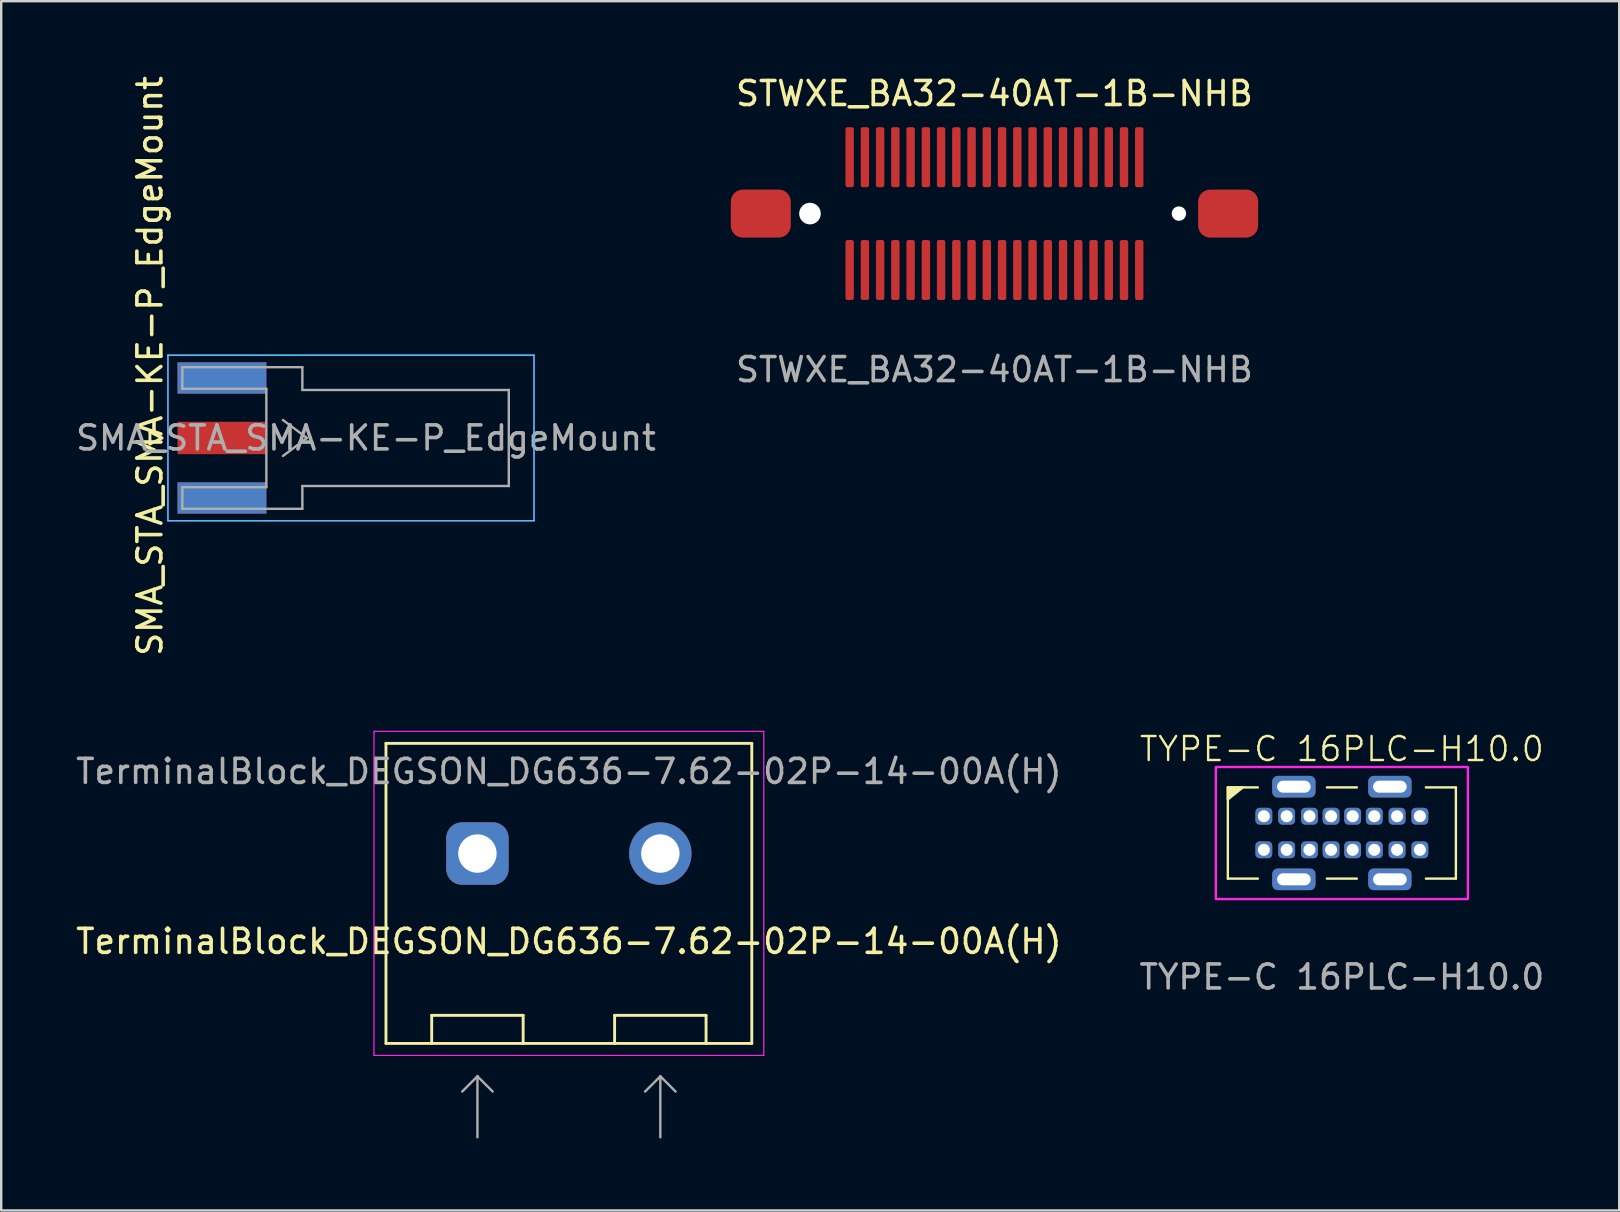
<source format=kicad_pcb>
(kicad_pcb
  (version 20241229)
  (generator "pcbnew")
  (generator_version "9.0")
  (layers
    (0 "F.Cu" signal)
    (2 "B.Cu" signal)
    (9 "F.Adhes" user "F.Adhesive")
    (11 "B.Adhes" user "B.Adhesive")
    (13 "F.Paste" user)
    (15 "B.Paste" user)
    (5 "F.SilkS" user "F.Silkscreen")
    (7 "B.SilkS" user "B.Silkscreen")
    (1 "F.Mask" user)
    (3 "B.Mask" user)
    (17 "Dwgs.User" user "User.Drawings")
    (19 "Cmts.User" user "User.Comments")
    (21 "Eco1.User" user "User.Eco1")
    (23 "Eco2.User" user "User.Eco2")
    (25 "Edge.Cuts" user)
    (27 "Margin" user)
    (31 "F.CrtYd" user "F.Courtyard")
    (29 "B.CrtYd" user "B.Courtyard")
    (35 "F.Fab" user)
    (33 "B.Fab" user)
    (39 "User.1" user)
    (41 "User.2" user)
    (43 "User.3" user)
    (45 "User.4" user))
  (footprint "SMA_STA_SMA-KE-P_EdgeMount"
    (layer "F.Cu")
    (at 6.196 15.196)
    (property "Reference" "SMA_STA_SMA-KE-P_EdgeMount" (at -3 -3 90) (layer "F.SilkS") (effects (font (size 1 1) (thickness 0.15))))
    (attr smd)
    (fp_line (start -3 -0.25) (end -3 0.25) (stroke (width 0.12) (type solid)) (layer "F.SilkS"))
    (fp_line (start -3 0.25) (end -2.5 0) (stroke (width 0.12) (type solid)) (layer "F.SilkS"))
    (fp_line (start -2.5 0) (end -3 -0.25) (stroke (width 0.12) (type solid)) (layer "F.SilkS"))
    (fp_line (start -2.25 3.45) (end -2.25 -3.45) (stroke (width 0.05) (type solid)) (layer "B.CrtYd"))
    (fp_line (start 13 -3.45) (end -2.25 -3.45) (stroke (width 0.05) (type solid)) (layer "B.CrtYd"))
    (fp_line (start 13 -3.45) (end 13 3.45) (stroke (width 0.05) (type solid)) (layer "B.CrtYd"))
    (fp_line (start 13 3.45) (end -2.25 3.45) (stroke (width 0.05) (type solid)) (layer "B.CrtYd"))
    (fp_line (start -2.25 3.45) (end -2.25 -3.45) (stroke (width 0.05) (type solid)) (layer "F.CrtYd"))
    (fp_line (start 13 -3.45) (end -2.25 -3.45) (stroke (width 0.05) (type solid)) (layer "F.CrtYd"))
    (fp_line (start 13 -3.45) (end 13 3.45) (stroke (width 0.05) (type solid)) (layer "F.CrtYd"))
    (fp_line (start 13 3.45) (end -2.25 3.45) (stroke (width 0.05) (type solid)) (layer "F.CrtYd"))
    (fp_line (start -1.65 -2.95) (end -1.65 -2.05) (stroke (width 0.1) (type solid)) (layer "F.Fab"))
    (fp_line (start -1.65 -2.95) (end 3.35 -2.95) (stroke (width 0.1) (type solid)) (layer "F.Fab"))
    (fp_line (start -1.65 -2.05) (end 1.85 -2.05) (stroke (width 0.1) (type solid)) (layer "F.Fab"))
    (fp_line (start -1.65 2.05) (end -1.65 2.95) (stroke (width 0.1) (type solid)) (layer "F.Fab"))
    (fp_line (start -1.65 2.95) (end 3.35 2.95) (stroke (width 0.1) (type solid)) (layer "F.Fab"))
    (fp_line (start 1.85 -2.05) (end 1.85 2.05) (stroke (width 0.1) (type solid)) (layer "F.Fab"))
    (fp_line (start 1.85 2.05) (end -1.65 2.05) (stroke (width 0.1) (type solid)) (layer "F.Fab"))
    (fp_line (start 2.54 -0.75) (end 3.54 0) (stroke (width 0.1) (type solid)) (layer "F.Fab"))
    (fp_line (start 3.35 -2) (end 3.35 -2.95) (stroke (width 0.1) (type solid)) (layer "F.Fab"))
    (fp_line (start 3.35 -2) (end 11.95 -2) (stroke (width 0.1) (type solid)) (layer "F.Fab"))
    (fp_line (start 3.35 2.95) (end 3.35 2) (stroke (width 0.1) (type solid)) (layer "F.Fab"))
    (fp_line (start 3.54 0) (end 2.54 0.75) (stroke (width 0.1) (type solid)) (layer "F.Fab"))
    (fp_line (start 11.95 -2) (end 11.95 2) (stroke (width 0.1) (type solid)) (layer "F.Fab"))
    (fp_line (start 11.95 2) (end 3.35 2) (stroke (width 0.1) (type solid)) (layer "F.Fab"))
    (fp_text user "${REFERENCE}" (at 6 0 0) (layer "F.Fab") (effects (font (size 1 1) (thickness 0.15))))
    (pad "1" smd rect (at 0 0 90) (size 1.35 3.7) (layers "F.Cu" "F.Mask" "F.Paste"))
    (pad "2" smd rect (at 0 -2.5 90) (size 1.3 3.7) (layers "F.Cu" "F.Mask" "F.Paste"))
    (pad "2" smd rect (at 0 -2.5 90) (size 1.3 3.7) (layers "B.Cu" "B.Mask" "B.Paste"))
    (pad "2" smd rect (at 0 2.5 90) (size 1.3 3.7) (layers "F.Cu" "F.Mask" "F.Paste"))
    (pad "2" smd rect (at 0 2.5 90) (size 1.3 3.7) (layers "B.Cu" "B.Mask" "B.Paste")))
  (footprint "STWXE_BA32-40AT-1B-NHB"
    (layer "F.Cu")
    (at 38.378 5.848)
    (property "Reference" "STWXE_BA32-40AT-1B-NHB" (at 0 -5 0) (unlocked yes) (layer "F.SilkS") (effects (font (size 1 1) (thickness 0.15))))
    (attr smd)
    (fp_text user "${REFERENCE}" (at 0 6.5 0) (unlocked yes) (layer "F.Fab") (effects (font (size 1 1) (thickness 0.15))))
    (pad "" smd roundrect (at -9.735 0) (size 2.5 2) (layers "F.Cu" "F.Mask" "F.Paste") (roundrect_rratio 0.25))
    (pad "" np_thru_hole circle (at -7.685 0) (size 0.9 0.9) (drill 0.9) (layers "*.Cu" "*.Mask"))
    (pad "" np_thru_hole circle (at 7.685 0) (size 0.6 0.6) (drill 0.6) (layers "*.Cu" "*.Mask"))
    (pad "" smd roundrect (at 9.735 0) (size 2.5 2) (layers "F.Cu" "F.Mask" "F.Paste") (roundrect_rratio 0.25))
    (pad "1" smd roundrect (at -6.032 2.35) (size 0.35 2.5) (layers "F.Cu" "F.Mask" "F.Paste") (roundrect_rratio 0.25))
    (pad "2" smd roundrect (at -5.397 2.35) (size 0.35 2.5) (layers "F.Cu" "F.Mask" "F.Paste") (roundrect_rratio 0.25))
    (pad "3" smd roundrect (at -4.763 2.35) (size 0.35 2.5) (layers "F.Cu" "F.Mask" "F.Paste") (roundrect_rratio 0.25))
    (pad "4" smd roundrect (at -4.128 2.35) (size 0.35 2.5) (layers "F.Cu" "F.Mask" "F.Paste") (roundrect_rratio 0.25))
    (pad "5" smd roundrect (at -3.493 2.35) (size 0.35 2.5) (layers "F.Cu" "F.Mask" "F.Paste") (roundrect_rratio 0.25))
    (pad "6" smd roundrect (at -2.857 2.35) (size 0.35 2.5) (layers "F.Cu" "F.Mask" "F.Paste") (roundrect_rratio 0.25))
    (pad "7" smd roundrect (at -2.223 2.35) (size 0.35 2.5) (layers "F.Cu" "F.Mask" "F.Paste") (roundrect_rratio 0.25))
    (pad "8" smd roundrect (at -1.587 2.35) (size 0.35 2.5) (layers "F.Cu" "F.Mask" "F.Paste") (roundrect_rratio 0.25))
    (pad "9" smd roundrect (at -0.953 2.35) (size 0.35 2.5) (layers "F.Cu" "F.Mask" "F.Paste") (roundrect_rratio 0.25))
    (pad "10" smd roundrect (at -0.318 2.35) (size 0.35 2.5) (layers "F.Cu" "F.Mask" "F.Paste") (roundrect_rratio 0.25))
    (pad "11" smd roundrect (at 0.318 2.35) (size 0.35 2.5) (layers "F.Cu" "F.Mask" "F.Paste") (roundrect_rratio 0.25))
    (pad "12" smd roundrect (at 0.953 2.35) (size 0.35 2.5) (layers "F.Cu" "F.Mask" "F.Paste") (roundrect_rratio 0.25))
    (pad "13" smd roundrect (at 1.587 2.35) (size 0.35 2.5) (layers "F.Cu" "F.Mask" "F.Paste") (roundrect_rratio 0.25))
    (pad "14" smd roundrect (at 2.223 2.35) (size 0.35 2.5) (layers "F.Cu" "F.Mask" "F.Paste") (roundrect_rratio 0.25))
    (pad "15" smd roundrect (at 2.857 2.35) (size 0.35 2.5) (layers "F.Cu" "F.Mask" "F.Paste") (roundrect_rratio 0.25))
    (pad "16" smd roundrect (at 3.493 2.35) (size 0.35 2.5) (layers "F.Cu" "F.Mask" "F.Paste") (roundrect_rratio 0.25))
    (pad "17" smd roundrect (at 4.128 2.35) (size 0.35 2.5) (layers "F.Cu" "F.Mask" "F.Paste") (roundrect_rratio 0.25))
    (pad "18" smd roundrect (at 4.763 2.35) (size 0.35 2.5) (layers "F.Cu" "F.Mask" "F.Paste") (roundrect_rratio 0.25))
    (pad "19" smd roundrect (at 5.397 2.35) (size 0.35 2.5) (layers "F.Cu" "F.Mask" "F.Paste") (roundrect_rratio 0.25))
    (pad "20" smd roundrect (at 6.032 2.35) (size 0.35 2.5) (layers "F.Cu" "F.Mask" "F.Paste") (roundrect_rratio 0.25))
    (pad "21" smd roundrect (at -6.032 -2.35) (size 0.35 2.5) (layers "F.Cu" "F.Mask" "F.Paste") (roundrect_rratio 0.25))
    (pad "22" smd roundrect (at -5.397 -2.35) (size 0.35 2.5) (layers "F.Cu" "F.Mask" "F.Paste") (roundrect_rratio 0.25))
    (pad "23" smd roundrect (at -4.763 -2.35) (size 0.35 2.5) (layers "F.Cu" "F.Mask" "F.Paste") (roundrect_rratio 0.25))
    (pad "24" smd roundrect (at -4.128 -2.35) (size 0.35 2.5) (layers "F.Cu" "F.Mask" "F.Paste") (roundrect_rratio 0.25))
    (pad "25" smd roundrect (at -3.493 -2.35) (size 0.35 2.5) (layers "F.Cu" "F.Mask" "F.Paste") (roundrect_rratio 0.25))
    (pad "26" smd roundrect (at -2.857 -2.35) (size 0.35 2.5) (layers "F.Cu" "F.Mask" "F.Paste") (roundrect_rratio 0.25))
    (pad "27" smd roundrect (at -2.223 -2.35) (size 0.35 2.5) (layers "F.Cu" "F.Mask" "F.Paste") (roundrect_rratio 0.25))
    (pad "28" smd roundrect (at -1.587 -2.35) (size 0.35 2.5) (layers "F.Cu" "F.Mask" "F.Paste") (roundrect_rratio 0.25))
    (pad "29" smd roundrect (at -0.953 -2.35) (size 0.35 2.5) (layers "F.Cu" "F.Mask" "F.Paste") (roundrect_rratio 0.25))
    (pad "30" smd roundrect (at -0.318 -2.35) (size 0.35 2.5) (layers "F.Cu" "F.Mask" "F.Paste") (roundrect_rratio 0.25))
    (pad "31" smd roundrect (at 0.318 -2.35) (size 0.35 2.5) (layers "F.Cu" "F.Mask" "F.Paste") (roundrect_rratio 0.25))
    (pad "32" smd roundrect (at 0.953 -2.35) (size 0.35 2.5) (layers "F.Cu" "F.Mask" "F.Paste") (roundrect_rratio 0.25))
    (pad "33" smd roundrect (at 1.587 -2.35) (size 0.35 2.5) (layers "F.Cu" "F.Mask" "F.Paste") (roundrect_rratio 0.25))
    (pad "34" smd roundrect (at 2.223 -2.35) (size 0.35 2.5) (layers "F.Cu" "F.Mask" "F.Paste") (roundrect_rratio 0.25))
    (pad "35" smd roundrect (at 2.857 -2.35) (size 0.35 2.5) (layers "F.Cu" "F.Mask" "F.Paste") (roundrect_rratio 0.25))
    (pad "36" smd roundrect (at 3.493 -2.35) (size 0.35 2.5) (layers "F.Cu" "F.Mask" "F.Paste") (roundrect_rratio 0.25))
    (pad "37" smd roundrect (at 4.128 -2.35) (size 0.35 2.5) (layers "F.Cu" "F.Mask" "F.Paste") (roundrect_rratio 0.25))
    (pad "38" smd roundrect (at 4.763 -2.35) (size 0.35 2.5) (layers "F.Cu" "F.Mask" "F.Paste") (roundrect_rratio 0.25))
    (pad "39" smd roundrect (at 5.397 -2.35) (size 0.35 2.5) (layers "F.Cu" "F.Mask" "F.Paste") (roundrect_rratio 0.25))
    (pad "40" smd roundrect (at 6.032 -2.35) (size 0.35 2.5) (layers "F.Cu" "F.Mask" "F.Paste") (roundrect_rratio 0.25)))
  (footprint "TYPE-C 16PLC-H10.0"
    (layer "F.Cu")
    (at 52.851 31.653)
    (property "Reference" "TYPE-C 16PLC-H10.0" (at 0 -3.5 0) (unlocked yes) (layer "F.SilkS") (effects (font (size 1 1) (thickness 0.1))))
    (attr through_hole)
    (fp_line (start -4.75 -1.9) (end -3.5 -1.9) (stroke (width 0.1) (type default)) (layer "F.SilkS"))
    (fp_line (start -4.75 1.9) (end -4.75 -1.9) (stroke (width 0.1) (type default)) (layer "F.SilkS"))
    (fp_line (start -3.5 1.9) (end -4.75 1.9) (stroke (width 0.1) (type default)) (layer "F.SilkS"))
    (fp_line (start -0.625 -1.9) (end 0.625 -1.9) (stroke (width 0.1) (type default)) (layer "F.SilkS"))
    (fp_line (start -0.625 1.9) (end 0.625 1.9) (stroke (width 0.1) (type default)) (layer "F.SilkS"))
    (fp_line (start 4.75 -1.9) (end 3.5 -1.9) (stroke (width 0.1) (type default)) (layer "F.SilkS"))
    (fp_line (start 4.75 -1.9) (end 4.75 1.9) (stroke (width 0.1) (type default)) (layer "F.SilkS"))
    (fp_line (start 4.75 1.9) (end 3.5 1.9) (stroke (width 0.1) (type default)) (layer "F.SilkS"))
    (fp_poly (pts (xy -4.75 -1.4) (xy -4.125 -1.9) (xy -4.75 -1.9)) (stroke (width 0.1) (type solid)) (fill yes) (layer "F.SilkS"))
    (fp_rect (start -5.25 -2.75) (end 5.25 2.75) (stroke (width 0.1) (type default)) (fill no) (layer "F.CrtYd"))
    (fp_text user "${REFERENCE}" (at 0 6 0) (unlocked yes) (layer "F.Fab") (effects (font (size 1 1) (thickness 0.15))))
    (pad "A1" thru_hole roundrect (at -3.25 -0.7) (size 0.7 0.7) (drill 0.5) (layers "*.Cu" "*.Mask") (roundrect_rratio 0.25))
    (pad "A4" thru_hole roundrect (at -2.3 -0.7) (size 0.7 0.7) (drill 0.5) (layers "*.Cu" "*.Mask") (roundrect_rratio 0.25))
    (pad "A5" thru_hole roundrect (at -1.35 -0.7) (size 0.7 0.7) (drill 0.5) (layers "*.Cu" "*.Mask") (roundrect_rratio 0.25))
    (pad "A6" thru_hole roundrect (at -0.45 -0.7) (size 0.7 0.7) (drill 0.5) (layers "*.Cu" "*.Mask") (roundrect_rratio 0.25))
    (pad "A7" thru_hole roundrect (at 0.45 -0.7) (size 0.7 0.7) (drill 0.5) (layers "*.Cu" "*.Mask") (roundrect_rratio 0.25))
    (pad "A8" thru_hole roundrect (at 1.35 -0.7) (size 0.7 0.7) (drill 0.5) (layers "*.Cu" "*.Mask") (roundrect_rratio 0.25))
    (pad "A9" thru_hole roundrect (at 2.3 -0.7) (size 0.7 0.7) (drill 0.5) (layers "*.Cu" "*.Mask") (roundrect_rratio 0.25))
    (pad "A12" thru_hole roundrect (at 3.25 -0.7) (size 0.7 0.7) (drill 0.5) (layers "*.Cu" "*.Mask") (roundrect_rratio 0.25))
    (pad "B1" thru_hole roundrect (at 3.25 0.7) (size 0.7 0.7) (drill 0.5) (layers "*.Cu" "*.Mask") (roundrect_rratio 0.25))
    (pad "B4" thru_hole roundrect (at 2.3 0.7) (size 0.7 0.7) (drill 0.5) (layers "*.Cu" "*.Mask") (roundrect_rratio 0.25))
    (pad "B5" thru_hole roundrect (at 1.35 0.7) (size 0.7 0.7) (drill 0.5) (layers "*.Cu" "*.Mask") (roundrect_rratio 0.25))
    (pad "B6" thru_hole roundrect (at 0.45 0.7) (size 0.7 0.7) (drill 0.5) (layers "*.Cu" "*.Mask") (roundrect_rratio 0.25))
    (pad "B7" thru_hole roundrect (at -0.45 0.7) (size 0.7 0.7) (drill 0.5) (layers "*.Cu" "*.Mask") (roundrect_rratio 0.25))
    (pad "B8" thru_hole roundrect (at -1.35 0.7) (size 0.7 0.7) (drill 0.5) (layers "*.Cu" "*.Mask") (roundrect_rratio 0.25))
    (pad "B9" thru_hole roundrect (at -2.3 0.7) (size 0.7 0.7) (drill 0.5) (layers "*.Cu" "*.Mask") (roundrect_rratio 0.25))
    (pad "B12" thru_hole roundrect (at -3.25 0.7) (size 0.7 0.7) (drill 0.5) (layers "*.Cu" "*.Mask") (roundrect_rratio 0.25))
    (pad "S1" thru_hole roundrect (at -2 -1.93) (size 1.8 0.9) (drill oval 1.4 0.5) (layers "*.Cu" "*.Mask") (roundrect_rratio 0.25))
    (pad "S1" thru_hole roundrect (at -2 1.93) (size 1.8 0.9) (drill oval 1.4 0.5) (layers "*.Cu" "*.Mask") (roundrect_rratio 0.25))
    (pad "S1" thru_hole roundrect (at 2 -1.93) (size 1.8 0.9) (drill oval 1.4 0.5) (layers "*.Cu" "*.Mask") (roundrect_rratio 0.25))
    (pad "S1" thru_hole roundrect (at 2 1.93) (size 1.8 0.9) (drill oval 1.4 0.5) (layers "*.Cu" "*.Mask") (roundrect_rratio 0.25)))
  (footprint "TerminalBlock_DEGSON_DG636-7.62-02P-14-00A(H)"
    (layer "F.Cu")
    (at 20.649 34.168)
    (property "Reference" "TerminalBlock_DEGSON_DG636-7.62-02P-14-00A(H)" (at 0 2 0) (unlocked yes) (layer "F.SilkS") (effects (font (size 1 1) (thickness 0.15))))
    (attr through_hole)
    (fp_line (start -7.62 -6.25) (end 7.62 -6.25) (stroke (width 0.12) (type solid)) (layer "F.SilkS"))
    (fp_line (start -7.62 6.25) (end -7.62 -6.25) (stroke (width 0.12) (type solid)) (layer "F.SilkS"))
    (fp_line (start -5.715 5.08) (end -1.905 5.08) (stroke (width 0.12) (type solid)) (layer "F.SilkS"))
    (fp_line (start -5.715 6.25) (end -5.715 5.08) (stroke (width 0.12) (type solid)) (layer "F.SilkS"))
    (fp_line (start -1.905 5.08) (end -1.905 6.25) (stroke (width 0.12) (type solid)) (layer "F.SilkS"))
    (fp_line (start 1.905 5.08) (end 5.715 5.08) (stroke (width 0.12) (type solid)) (layer "F.SilkS"))
    (fp_line (start 1.905 6.25) (end 1.905 5.08) (stroke (width 0.12) (type solid)) (layer "F.SilkS"))
    (fp_line (start 5.715 5.08) (end 5.715 6.25) (stroke (width 0.12) (type solid)) (layer "F.SilkS"))
    (fp_line (start 7.62 -6.25) (end 7.62 6.25) (stroke (width 0.12) (type solid)) (layer "F.SilkS"))
    (fp_line (start 7.62 6.25) (end -7.62 6.25) (stroke (width 0.12) (type solid)) (layer "F.SilkS"))
    (fp_line (start -8.12 -6.75) (end 8.12 -6.75) (stroke (width 0.05) (type solid)) (layer "F.CrtYd"))
    (fp_line (start -8.12 6.75) (end -8.12 -6.75) (stroke (width 0.05) (type solid)) (layer "F.CrtYd"))
    (fp_line (start 8.12 -6.75) (end 8.12 6.75) (stroke (width 0.05) (type solid)) (layer "F.CrtYd"))
    (fp_line (start 8.12 6.75) (end -8.12 6.75) (stroke (width 0.05) (type solid)) (layer "F.CrtYd"))
    (fp_line (start -3.81 7.62) (end -4.445 8.255) (stroke (width 0.1) (type solid)) (layer "F.Fab"))
    (fp_line (start -3.81 7.62) (end -3.81 10.16) (stroke (width 0.1) (type solid)) (layer "F.Fab"))
    (fp_line (start -3.81 7.62) (end -3.175 8.255) (stroke (width 0.1) (type solid)) (layer "F.Fab"))
    (fp_line (start 3.81 7.62) (end 3.175 8.255) (stroke (width 0.1) (type solid)) (layer "F.Fab"))
    (fp_line (start 3.81 7.62) (end 3.81 10.16) (stroke (width 0.1) (type solid)) (layer "F.Fab"))
    (fp_line (start 3.81 7.62) (end 4.445 8.255) (stroke (width 0.1) (type solid)) (layer "F.Fab"))
    (fp_text user "${REFERENCE}" (at 0 -5.08 0) (unlocked yes) (layer "F.Fab") (effects (font (size 1 1) (thickness 0.15))))
    (pad "1" thru_hole roundrect (at -3.81 -1.66) (size 2.6 2.6) (drill 1.6) (layers "*.Cu" "*.Mask") (roundrect_rratio 0.25))
    (pad "2" thru_hole circle (at 3.81 -1.66) (size 2.6 2.6) (drill 1.6) (layers "*.Cu" "*.Mask")))
  (gr_rect
    (start -3 -3)
    (end 64.405 47.378)
    (stroke (width 0.1) (type default))
    (fill no)
    (layer "Edge.Cuts")))
</source>
